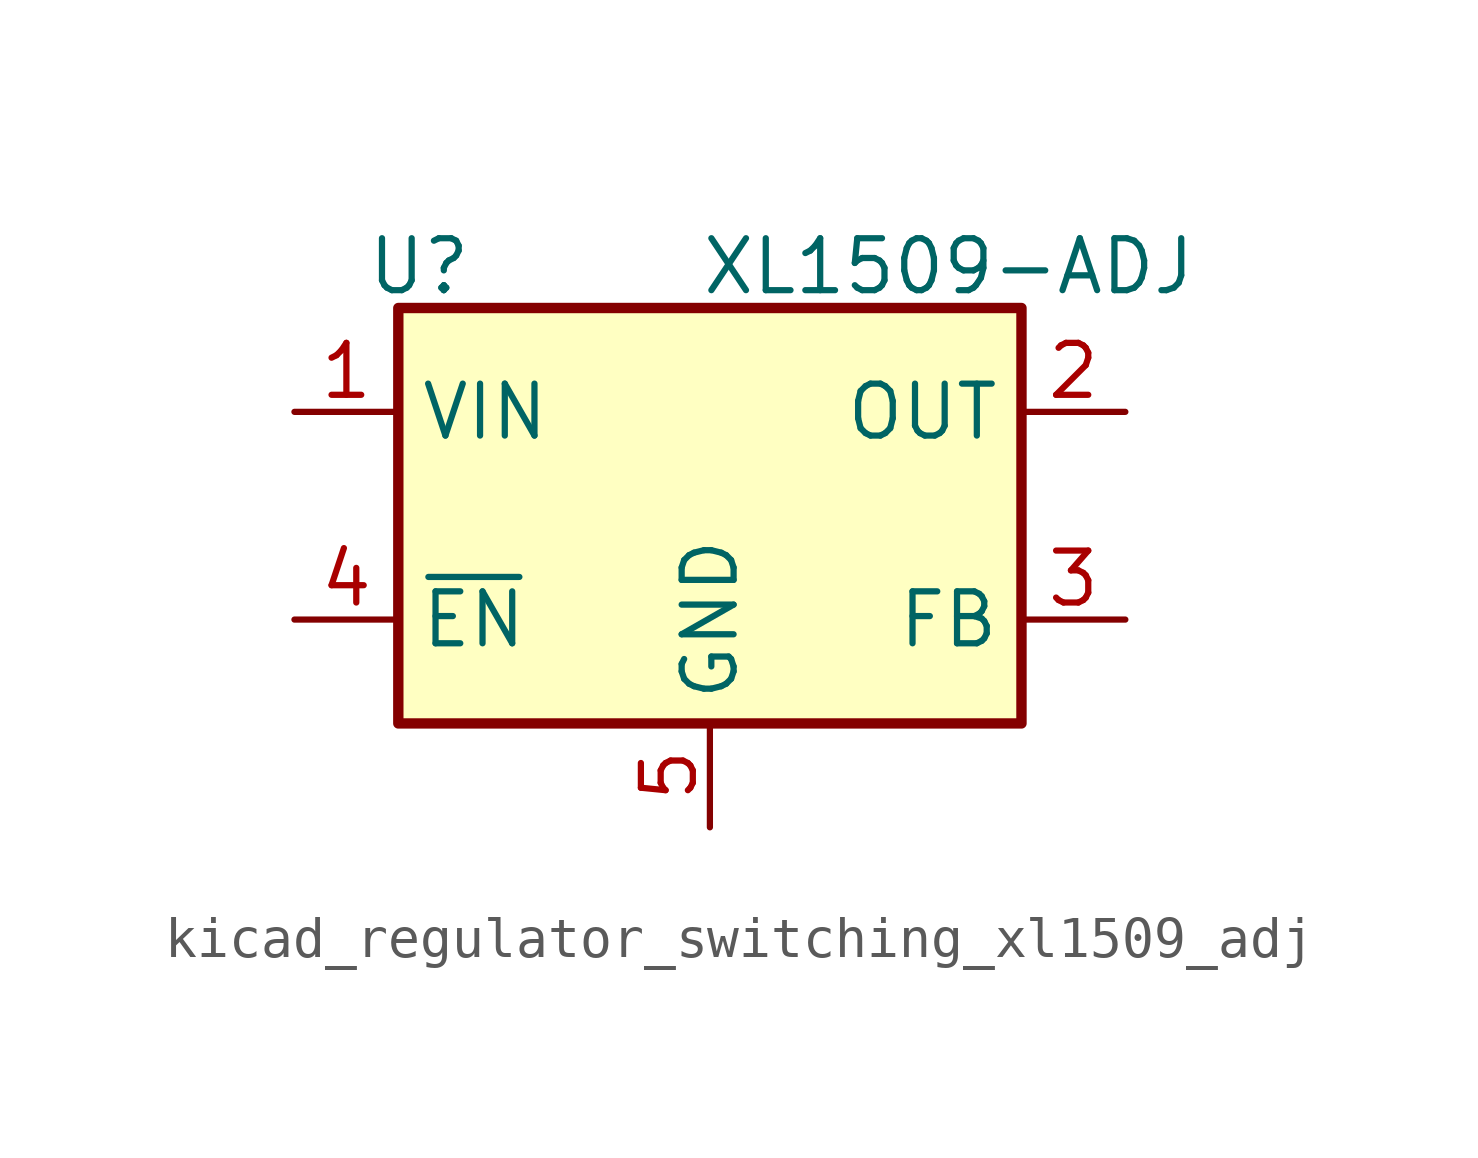
<source format=kicad_sym>
(kicad_symbol_lib
  (version 20220914)
  (generator kicad_symbol_editor)
  (symbol "kicad_regulator_switching_xl1509_adj"
    (property "Reference" "U"
      (at -7.112 6.096 0)
      (effects (font (size 1.27 1.27))))
    (property "Value" "XL1509-ADJ"
      (at 5.842 6.096 0)
      (effects (font (size 1.27 1.27))))
    (symbol "kicad_regulator_switching_xl1509_adj_0_1"
      (rectangle (start -7.62 5.08) (end 7.62 -5.08) (stroke (width 0.254) (type default)) (fill (type background))))
    (symbol "kicad_regulator_switching_xl1509_adj_1_1"
      (pin power_in line (at -10.16 2.54 0) (length 2.54) (name "VIN" (effects (font (size 1.27 1.27)))) (number "1" (effects (font (size 1.27 1.27)))))
      (pin power_out line (at 10.16 2.54 180) (length 2.54) (name "OUT" (effects (font (size 1.27 1.27)))) (number "2" (effects (font (size 1.27 1.27)))))
      (pin input line (at 10.16 -2.54 180) (length 2.54) (name "FB" (effects (font (size 1.27 1.27)))) (number "3" (effects (font (size 1.27 1.27)))))
      (pin input line (at -10.16 -2.54 0) (length 2.54) (name "~{EN}" (effects (font (size 1.27 1.27)))) (number "4" (effects (font (size 1.27 1.27)))))
      (pin power_in line (at 0 -7.62 90) (length 2.54) (name "GND" (effects (font (size 1.27 1.27)))) (number "5" (effects (font (size 1.27 1.27)))))
      (pin passive line (at 0 -7.62 90) (length 2.54) hide (name "GND" (effects (font (size 1.27 1.27)))) (number "6" (effects (font (size 1.27 1.27)))))
      (pin passive line (at 0 -7.62 90) (length 2.54) hide (name "GND" (effects (font (size 1.27 1.27)))) (number "7" (effects (font (size 1.27 1.27)))))
      (pin passive line (at 0 -7.62 90) (length 2.54) hide (name "GND" (effects (font (size 1.27 1.27)))) (number "8" (effects (font (size 1.27 1.27))))))))
</source>
